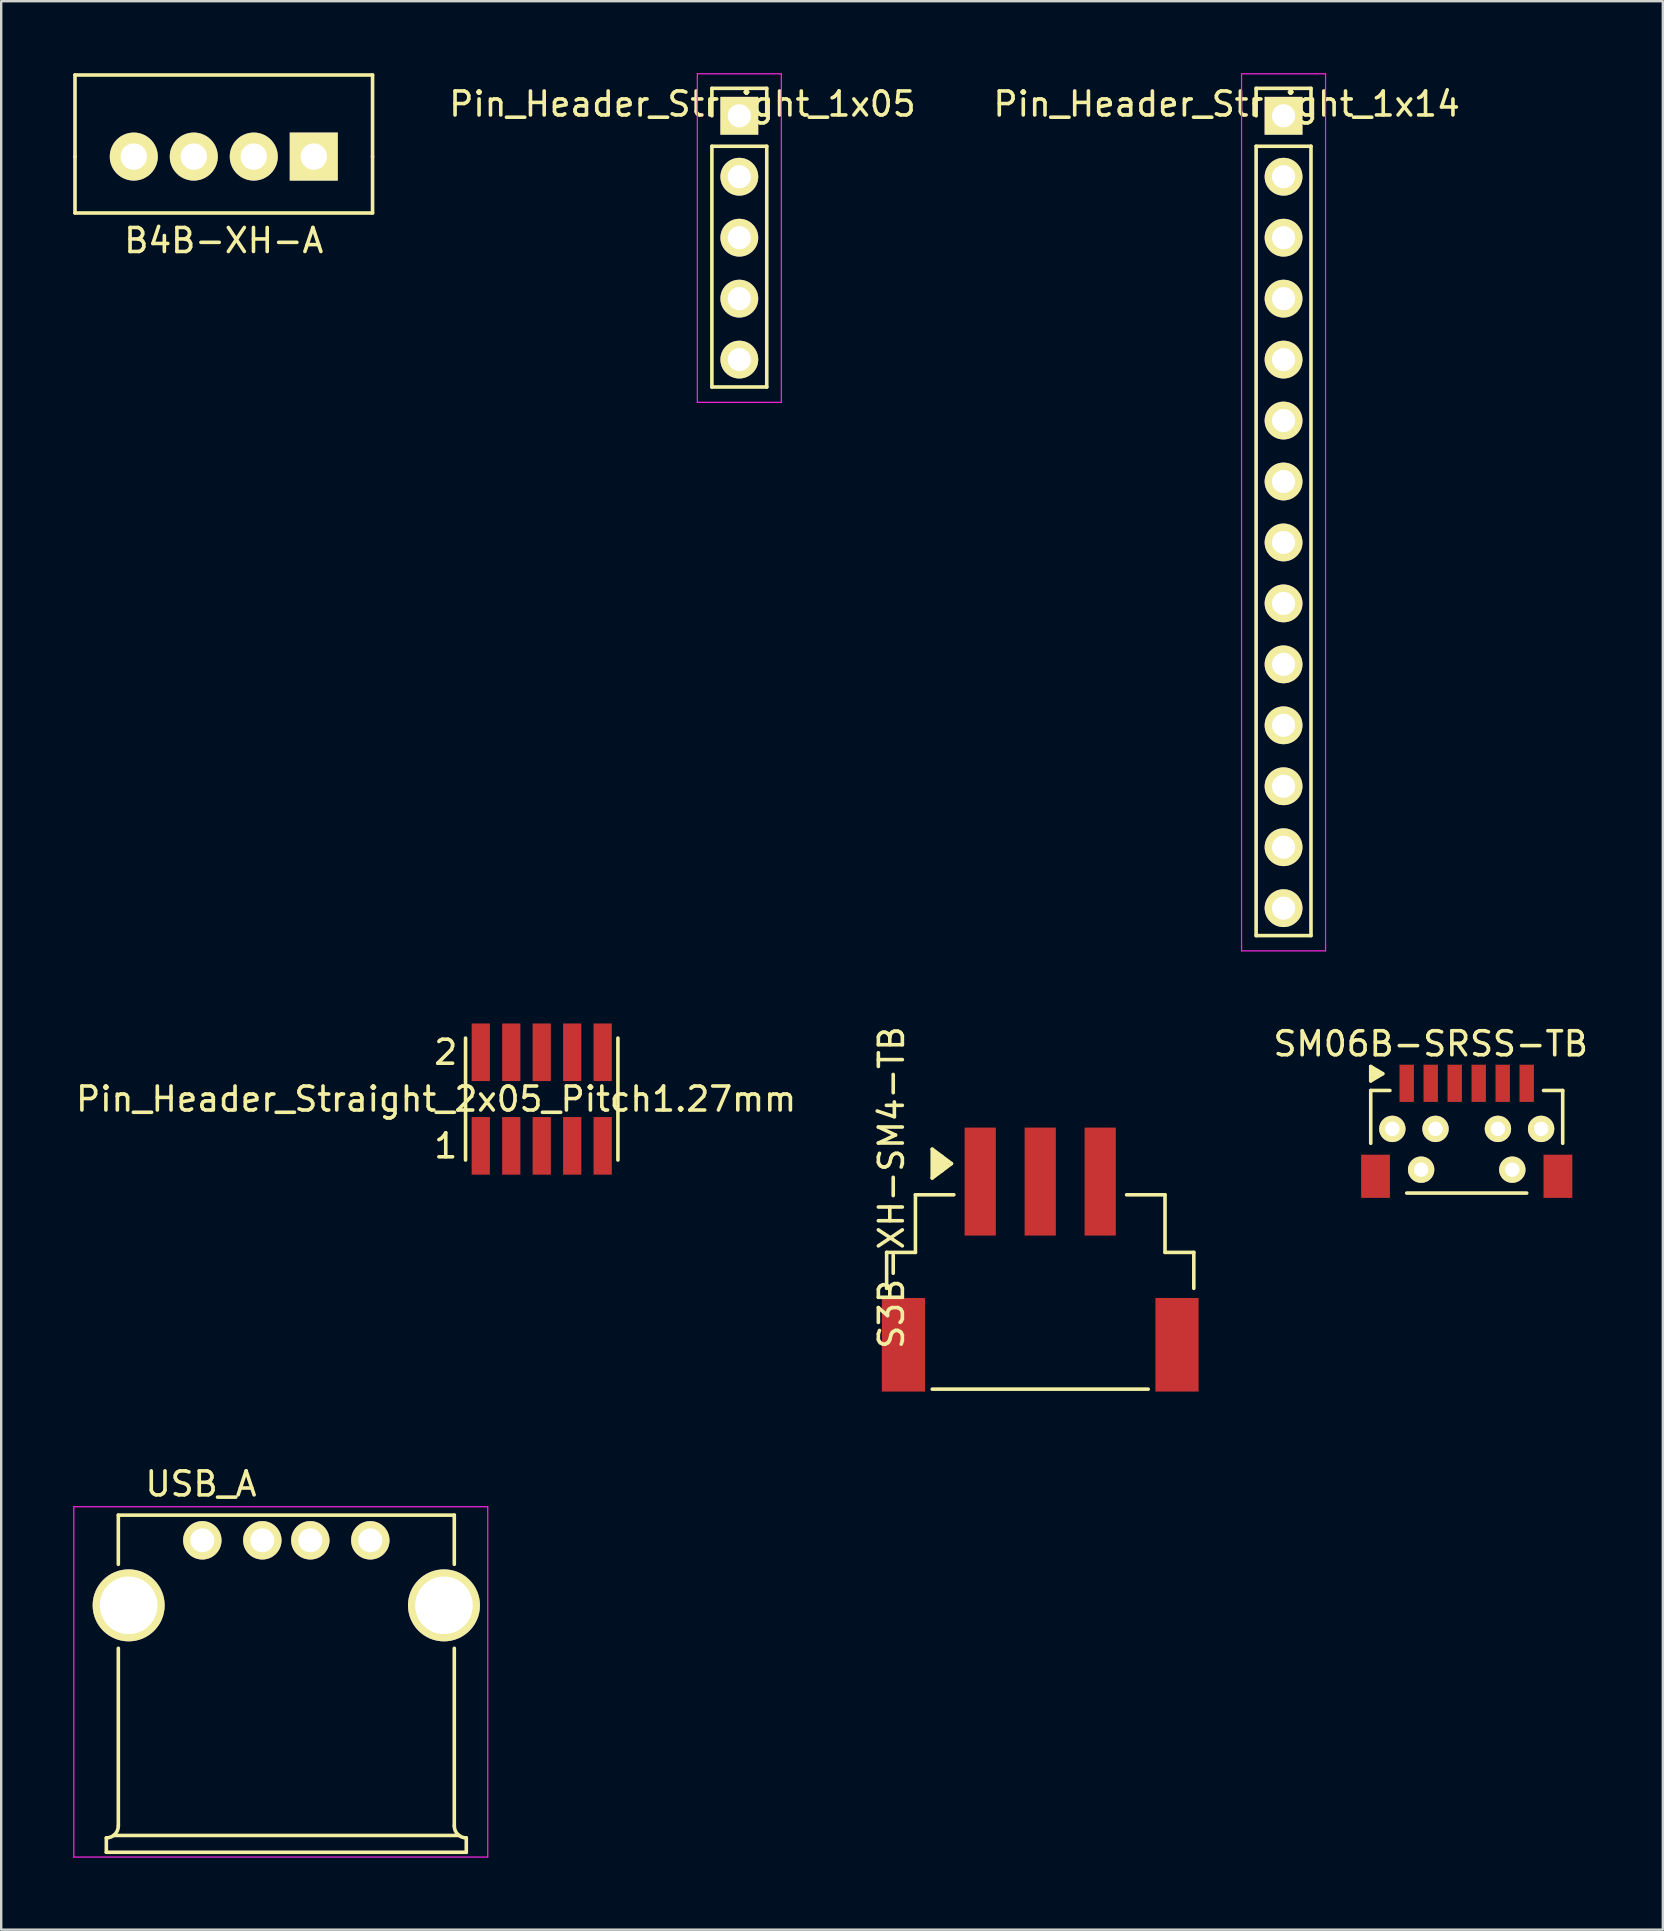
<source format=kicad_pcb>
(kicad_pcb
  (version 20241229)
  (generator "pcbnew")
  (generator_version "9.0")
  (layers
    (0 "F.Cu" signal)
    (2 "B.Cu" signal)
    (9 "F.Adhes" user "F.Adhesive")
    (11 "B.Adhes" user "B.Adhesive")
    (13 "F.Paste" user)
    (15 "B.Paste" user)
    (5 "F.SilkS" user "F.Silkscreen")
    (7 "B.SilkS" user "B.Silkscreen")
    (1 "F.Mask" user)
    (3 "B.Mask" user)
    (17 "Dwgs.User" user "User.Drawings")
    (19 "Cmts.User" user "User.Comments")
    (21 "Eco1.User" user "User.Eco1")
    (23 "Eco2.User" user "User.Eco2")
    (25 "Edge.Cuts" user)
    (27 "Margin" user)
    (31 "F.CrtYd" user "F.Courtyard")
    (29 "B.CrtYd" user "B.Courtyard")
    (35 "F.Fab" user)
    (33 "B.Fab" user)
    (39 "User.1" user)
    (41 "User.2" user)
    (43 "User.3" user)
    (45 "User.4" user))
  (footprint "USB_A"
    (layer "F.Cu")
    (at 8.881 61.138)
    (property "Reference" "USB_A" (at -3.556 -2.35 0) (layer "F.SilkS") (effects (font (size 1 1) (thickness 0.15))))
    (attr through_hole)
    (fp_line (start -7.5 12.4) (end -7.5 13) (stroke (width 0.15) (type solid)) (layer "F.SilkS"))
    (fp_line (start -7.2 12.3) (end 7.2 12.3) (stroke (width 0.15) (type solid)) (layer "F.SilkS"))
    (fp_line (start -7 -1.05) (end -7 1) (stroke (width 0.15) (type solid)) (layer "F.SilkS"))
    (fp_line (start -7 -1.05) (end 7 -1.05) (stroke (width 0.15) (type solid)) (layer "F.SilkS"))
    (fp_line (start -7 11.9) (end -7 4.5) (stroke (width 0.15) (type solid)) (layer "F.SilkS"))
    (fp_line (start 7 -1.05) (end 7 1) (stroke (width 0.15) (type solid)) (layer "F.SilkS"))
    (fp_line (start 7 4.5) (end 7 11.9) (stroke (width 0.15) (type solid)) (layer "F.SilkS"))
    (fp_line (start 7.5 12.4) (end 7.5 13) (stroke (width 0.15) (type solid)) (layer "F.SilkS"))
    (fp_line (start 7.5 13) (end -7.5 13) (stroke (width 0.15) (type solid)) (layer "F.SilkS"))
    (fp_arc (start -7 11.9) (mid -7.146447 12.253553) (end -7.5 12.4) (stroke (width 0.15) (type solid)) (layer "F.SilkS"))
    (fp_arc (start 7.5 12.4) (mid 7.146447 12.253553) (end 7 11.9) (stroke (width 0.15) (type solid)) (layer "F.SilkS"))
    (fp_line (start -8.856 -1.4) (end 8.394 -1.4) (stroke (width 0.05) (type solid)) (layer "F.CrtYd"))
    (fp_line (start -8.856 13.2) (end -8.856 -1.4) (stroke (width 0.05) (type solid)) (layer "F.CrtYd"))
    (fp_line (start -8.856 13.2) (end 8.394 13.2) (stroke (width 0.05) (type solid)) (layer "F.CrtYd"))
    (fp_line (start 8.394 -1.4) (end 8.394 13.2) (stroke (width 0.05) (type solid)) (layer "F.CrtYd"))
    (pad "1" thru_hole circle (at -3.5 0 270) (size 1.6 1.6) (drill 1) (layers "*.Cu" "*.Mask" "F.SilkS"))
    (pad "2" thru_hole circle (at -1 0 270) (size 1.6 1.6) (drill 1) (layers "*.Cu" "*.Mask" "F.SilkS"))
    (pad "3" thru_hole circle (at 1 0 270) (size 1.6 1.6) (drill 1) (layers "*.Cu" "*.Mask" "F.SilkS"))
    (pad "4" thru_hole circle (at 3.5 0 270) (size 1.6 1.6) (drill 1) (layers "*.Cu" "*.Mask" "F.SilkS"))
    (pad "5" thru_hole circle (at -6.57 2.71 270) (size 3 3) (drill 2.4) (layers "*.Cu" "*.Mask" "F.SilkS"))
    (pad "5" thru_hole circle (at 6.57 2.71 270) (size 3 3) (drill 2.4) (layers "*.Cu" "*.Mask" "F.SilkS")))
  (footprint "Pin_Header_Straight_1x14"
    (layer "F.Cu")
    (at 50.438 1.775)
    (property "Reference" "Pin_Header_Straight_1x14" (at -2.37 -0.49 0) (layer "F.SilkS") (effects (font (size 1 1) (thickness 0.15))))
    (attr through_hole)
    (fp_line (start -1.143 -1.143) (end 1.143 -1.143) (stroke (width 0.15) (type solid)) (layer "F.SilkS"))
    (fp_line (start -1.143 0) (end -1.143 -1.143) (stroke (width 0.15) (type solid)) (layer "F.SilkS"))
    (fp_line (start -1.143 1.27) (end -1.143 34.163) (stroke (width 0.15) (type solid)) (layer "F.SilkS"))
    (fp_line (start -1.143 34.163) (end 1.143 34.163) (stroke (width 0.15) (type solid)) (layer "F.SilkS"))
    (fp_line (start 1.143 -1.143) (end 1.143 0) (stroke (width 0.15) (type solid)) (layer "F.SilkS"))
    (fp_line (start 1.143 1.27) (end -1.143 1.27) (stroke (width 0.15) (type solid)) (layer "F.SilkS"))
    (fp_line (start 1.143 34.163) (end 1.143 1.27) (stroke (width 0.15) (type solid)) (layer "F.SilkS"))
    (fp_line (start -1.75 -1.75) (end -1.75 34.8) (stroke (width 0.05) (type solid)) (layer "F.CrtYd"))
    (fp_line (start -1.75 -1.75) (end 1.75 -1.75) (stroke (width 0.05) (type solid)) (layer "F.CrtYd"))
    (fp_line (start -1.75 34.8) (end 1.75 34.8) (stroke (width 0.05) (type solid)) (layer "F.CrtYd"))
    (fp_line (start 1.75 -1.75) (end 1.75 34.8) (stroke (width 0.05) (type solid)) (layer "F.CrtYd"))
    (pad "1" thru_hole rect (at 0 0) (size 1.575 1.575) (drill 0.965) (layers "*.Cu" "*.Mask" "F.SilkS"))
    (pad "2" thru_hole circle (at 0 2.54) (size 1.575 1.575) (drill 0.965) (layers "*.Cu" "*.Mask" "F.SilkS"))
    (pad "3" thru_hole circle (at 0 5.08) (size 1.575 1.575) (drill 0.965) (layers "*.Cu" "*.Mask" "F.SilkS"))
    (pad "4" thru_hole circle (at 0 7.62) (size 1.575 1.575) (drill 0.965) (layers "*.Cu" "*.Mask" "F.SilkS"))
    (pad "5" thru_hole circle (at 0 10.16) (size 1.575 1.575) (drill 0.965) (layers "*.Cu" "*.Mask" "F.SilkS"))
    (pad "6" thru_hole circle (at 0 12.7) (size 1.575 1.575) (drill 0.965) (layers "*.Cu" "*.Mask" "F.SilkS"))
    (pad "7" thru_hole circle (at 0 15.24) (size 1.575 1.575) (drill 0.965) (layers "*.Cu" "*.Mask" "F.SilkS"))
    (pad "8" thru_hole circle (at 0 17.78) (size 1.575 1.575) (drill 0.965) (layers "*.Cu" "*.Mask" "F.SilkS"))
    (pad "9" thru_hole circle (at 0 20.32) (size 1.575 1.575) (drill 0.965) (layers "*.Cu" "*.Mask" "F.SilkS"))
    (pad "10" thru_hole circle (at 0 22.86) (size 1.575 1.575) (drill 0.965) (layers "*.Cu" "*.Mask" "F.SilkS"))
    (pad "11" thru_hole circle (at 0 25.4) (size 1.575 1.575) (drill 0.965) (layers "*.Cu" "*.Mask" "F.SilkS"))
    (pad "12" thru_hole circle (at 0 27.94) (size 1.575 1.575) (drill 0.965) (layers "*.Cu" "*.Mask" "F.SilkS"))
    (pad "13" thru_hole circle (at 0 30.48) (size 1.575 1.575) (drill 0.965) (layers "*.Cu" "*.Mask" "F.SilkS"))
    (pad "14" thru_hole circle (at 0 33.02) (size 1.575 1.575) (drill 0.965) (layers "*.Cu" "*.Mask" "F.SilkS")))
  (footprint "Pin_Header_Straight_1x05"
    (layer "F.Cu")
    (at 27.759 1.775)
    (property "Reference" "Pin_Header_Straight_1x05" (at -2.37 -0.49 0) (layer "F.SilkS") (effects (font (size 1 1) (thickness 0.15))))
    (attr through_hole)
    (fp_line (start -1.143 -1.143) (end 1.143 -1.143) (stroke (width 0.15) (type solid)) (layer "F.SilkS"))
    (fp_line (start -1.143 0) (end -1.143 -1.143) (stroke (width 0.15) (type solid)) (layer "F.SilkS"))
    (fp_line (start -1.143 1.27) (end -1.143 11.303) (stroke (width 0.15) (type solid)) (layer "F.SilkS"))
    (fp_line (start -1.143 11.303) (end 1.143 11.303) (stroke (width 0.15) (type solid)) (layer "F.SilkS"))
    (fp_line (start 1.143 -1.143) (end 1.143 0) (stroke (width 0.15) (type solid)) (layer "F.SilkS"))
    (fp_line (start 1.143 1.27) (end -1.143 1.27) (stroke (width 0.15) (type solid)) (layer "F.SilkS"))
    (fp_line (start 1.143 11.303) (end 1.143 1.27) (stroke (width 0.15) (type solid)) (layer "F.SilkS"))
    (fp_line (start -1.75 -1.75) (end -1.75 11.94) (stroke (width 0.05) (type solid)) (layer "F.CrtYd"))
    (fp_line (start -1.75 -1.75) (end 1.75 -1.75) (stroke (width 0.05) (type solid)) (layer "F.CrtYd"))
    (fp_line (start -1.75 11.94) (end 1.75 11.94) (stroke (width 0.05) (type solid)) (layer "F.CrtYd"))
    (fp_line (start 1.75 -1.75) (end 1.75 11.94) (stroke (width 0.05) (type solid)) (layer "F.CrtYd"))
    (pad "1" thru_hole rect (at 0 0) (size 1.575 1.575) (drill 0.965) (layers "*.Cu" "*.Mask" "F.SilkS"))
    (pad "2" thru_hole circle (at 0 2.54) (size 1.575 1.575) (drill 0.965) (layers "*.Cu" "*.Mask" "F.SilkS"))
    (pad "3" thru_hole circle (at 0 5.08) (size 1.575 1.575) (drill 0.965) (layers "*.Cu" "*.Mask" "F.SilkS"))
    (pad "4" thru_hole circle (at 0 7.62) (size 1.575 1.575) (drill 0.965) (layers "*.Cu" "*.Mask" "F.SilkS"))
    (pad "5" thru_hole circle (at 0 10.16) (size 1.575 1.575) (drill 0.965) (layers "*.Cu" "*.Mask" "F.SilkS")))
  (footprint "B4B-XH-A"
    (layer "F.Cu")
    (at 6.275 3.475)
    (property "Reference" "B4B-XH-A" (at 0 3.5 0) (layer "F.SilkS") (effects (font (size 1 1) (thickness 0.15))))
    (attr through_hole)
    (fp_line (start -6.2 -3.4) (end 6.2 -3.4) (stroke (width 0.15) (type solid)) (layer "F.SilkS"))
    (fp_line (start -6.2 0) (end -6.2 -3.4) (stroke (width 0.15) (type solid)) (layer "F.SilkS"))
    (fp_line (start -6.2 0) (end -6.2 2.35) (stroke (width 0.15) (type solid)) (layer "F.SilkS"))
    (fp_line (start -6.2 2.35) (end 6.2 2.35) (stroke (width 0.15) (type solid)) (layer "F.SilkS"))
    (fp_line (start 6.2 -3.4) (end 6.2 0) (stroke (width 0.15) (type solid)) (layer "F.SilkS"))
    (fp_line (start 6.2 0) (end 6.2 2.35) (stroke (width 0.15) (type solid)) (layer "F.SilkS"))
    (pad "1" thru_hole rect (at 3.75 0) (size 2 2) (drill 1.1) (layers "*.Cu" "*.Mask" "F.SilkS"))
    (pad "2" thru_hole circle (at 1.25 0) (size 2 2) (drill 1.1) (layers "*.Cu" "*.Mask" "F.SilkS"))
    (pad "3" thru_hole circle (at -1.25 0) (size 2 2) (drill 1.1) (layers "*.Cu" "*.Mask" "F.SilkS"))
    (pad "4" thru_hole circle (at -3.75 0) (size 2 2) (drill 1.1) (layers "*.Cu" "*.Mask" "F.SilkS")))
  (footprint "SM06B-SRSS-TB"
    (layer "F.Cu")
    (at 55.571 42.093)
    (property "Reference" "SM06B-SRSS-TB" (at 1 -1.645 180) (layer "F.SilkS") (effects (font (size 1 1) (thickness 0.15))))
    (attr through_hole)
    (fp_line (start -1.5 -0.7) (end -1.5 -0.1) (stroke (width 0.15) (type solid)) (layer "F.SilkS"))
    (fp_line (start -1.5 -0.7) (end -1 -0.4) (stroke (width 0.15) (type solid)) (layer "F.SilkS"))
    (fp_line (start -1.5 0.3) (end -0.7 0.3) (stroke (width 0.15) (type solid)) (layer "F.SilkS"))
    (fp_line (start -1.5 2.5) (end -1.5 0.3) (stroke (width 0.15) (type solid)) (layer "F.SilkS"))
    (fp_line (start -1.4 -0.6) (end -1.4 -0.3) (stroke (width 0.15) (type solid)) (layer "F.SilkS"))
    (fp_line (start -1.3 -0.5) (end -1.3 -0.3) (stroke (width 0.15) (type solid)) (layer "F.SilkS"))
    (fp_line (start -1.2 -0.5) (end -1.2 -0.3) (stroke (width 0.15) (type solid)) (layer "F.SilkS"))
    (fp_line (start -1 -0.4) (end -1.5 -0.1) (stroke (width 0.15) (type solid)) (layer "F.SilkS"))
    (fp_line (start 0 4.575) (end 5 4.575) (stroke (width 0.15) (type solid)) (layer "F.SilkS"))
    (fp_line (start 5.7 0.3) (end 6.5 0.3) (stroke (width 0.15) (type solid)) (layer "F.SilkS"))
    (fp_line (start 6.5 2.5) (end 6.5 0.3) (stroke (width 0.15) (type solid)) (layer "F.SilkS"))
    (pad "" smd rect (at -1.3 3.875) (size 1.2 1.8) (layers "F.Cu" "F.Mask" "F.Paste"))
    (pad "" smd rect (at 6.3 3.875) (size 1.2 1.8) (layers "F.Cu" "F.Mask" "F.Paste"))
    (pad "1" thru_hole circle (at -0.6 1.9) (size 1.1 1.1) (drill 0.6) (layers "*.Cu" "*.Mask" "F.SilkS"))
    (pad "1" smd rect (at 0 0) (size 0.6 1.55) (layers "F.Cu" "F.Mask" "F.Paste"))
    (pad "2" smd rect (at 1 0) (size 0.6 1.55) (layers "F.Cu" "F.Mask" "F.Paste"))
    (pad "2" thru_hole circle (at 1.2 1.9) (size 1.1 1.1) (drill 0.6) (layers "*.Cu" "*.Mask" "F.SilkS"))
    (pad "3" thru_hole circle (at 0.6 3.6) (size 1.1 1.1) (drill 0.6) (layers "*.Cu" "*.Mask" "F.SilkS"))
    (pad "3" smd rect (at 2 0) (size 0.6 1.55) (layers "F.Cu" "F.Mask" "F.Paste"))
    (pad "4" smd rect (at 3 0) (size 0.6 1.55) (layers "F.Cu" "F.Mask" "F.Paste"))
    (pad "4" thru_hole circle (at 4.4 3.6) (size 1.1 1.1) (drill 0.6) (layers "*.Cu" "*.Mask" "F.SilkS"))
    (pad "5" thru_hole circle (at 3.8 1.9) (size 1.1 1.1) (drill 0.6) (layers "*.Cu" "*.Mask" "F.SilkS"))
    (pad "5" smd rect (at 4 0) (size 0.6 1.55) (layers "F.Cu" "F.Mask" "F.Paste"))
    (pad "6" smd rect (at 5 0) (size 0.6 1.55) (layers "F.Cu" "F.Mask" "F.Paste"))
    (pad "6" thru_hole circle (at 5.6 1.9) (size 1.1 1.1) (drill 0.6) (layers "*.Cu" "*.Mask" "F.SilkS")))
  (footprint "S3B-XH-SM4-TB"
    (layer "F.Cu")
    (at 40.298 48.439)
    (property "Reference" "S3B-XH-SM4-TB" (at -6.2 -2 90) (layer "F.SilkS") (effects (font (size 1 1) (thickness 0.15))))
    (attr smd)
    (fp_line (start -6.4 2.2) (end -6.4 0.7) (stroke (width 0.15) (type solid)) (layer "F.SilkS"))
    (fp_line (start -5.2 -1.7) (end -5.2 0.7) (stroke (width 0.15) (type solid)) (layer "F.SilkS"))
    (fp_line (start -5.2 -1.7) (end -3.6 -1.7) (stroke (width 0.15) (type solid)) (layer "F.SilkS"))
    (fp_line (start -5.2 0.7) (end -6.4 0.7) (stroke (width 0.15) (type solid)) (layer "F.SilkS"))
    (fp_line (start -4.5 -3.6) (end -4.5 -2.4) (stroke (width 0.15) (type solid)) (layer "F.SilkS"))
    (fp_line (start -4.5 -2.4) (end -3.7 -3) (stroke (width 0.15) (type solid)) (layer "F.SilkS"))
    (fp_line (start -4.5 6.4) (end 4.5 6.4) (stroke (width 0.15) (type solid)) (layer "F.SilkS"))
    (fp_line (start -4.4 -3.5) (end -4.4 -2.5) (stroke (width 0.15) (type solid)) (layer "F.SilkS"))
    (fp_line (start -4.3 -3.4) (end -4.3 -2.6) (stroke (width 0.15) (type solid)) (layer "F.SilkS"))
    (fp_line (start -4.2 -3.3) (end -4.2 -2.7) (stroke (width 0.15) (type solid)) (layer "F.SilkS"))
    (fp_line (start -4.1 -3.3) (end -4.1 -2.7) (stroke (width 0.15) (type solid)) (layer "F.SilkS"))
    (fp_line (start -4 -3.2) (end -4 -2.8) (stroke (width 0.15) (type solid)) (layer "F.SilkS"))
    (fp_line (start -3.9 -3.1) (end -3.9 -2.9) (stroke (width 0.15) (type solid)) (layer "F.SilkS"))
    (fp_line (start -3.7 -3) (end -4.5 -3.6) (stroke (width 0.15) (type solid)) (layer "F.SilkS"))
    (fp_line (start 3.6 -1.7) (end 5.2 -1.7) (stroke (width 0.15) (type solid)) (layer "F.SilkS"))
    (fp_line (start 5.2 -1.7) (end 5.2 0.7) (stroke (width 0.15) (type solid)) (layer "F.SilkS"))
    (fp_line (start 6.4 0.7) (end 5.2 0.7) (stroke (width 0.15) (type solid)) (layer "F.SilkS"))
    (fp_line (start 6.4 2.2) (end 6.4 0.7) (stroke (width 0.15) (type solid)) (layer "F.SilkS"))
    (pad "" smd rect (at -5.7 4.55) (size 1.8 3.9) (layers "F.Cu" "F.Mask" "F.Paste"))
    (pad "" smd rect (at 5.7 4.55) (size 1.8 3.9) (layers "F.Cu" "F.Mask" "F.Paste"))
    (pad "1" smd rect (at -2.5 -2.25) (size 1.3 4.5) (layers "F.Cu" "F.Mask" "F.Paste"))
    (pad "2" smd rect (at 0 -2.25) (size 1.3 4.5) (layers "F.Cu" "F.Mask" "F.Paste"))
    (pad "3" smd rect (at 2.5 -2.25) (size 1.3 4.5) (layers "F.Cu" "F.Mask" "F.Paste")))
  (footprint "Pin_Header_Straight_2x05_Pitch1.27mm"
    (layer "F.Cu")
    (at 19.525 42.75)
    (property "Reference" "Pin_Header_Straight_2x05_Pitch1.27mm" (at -4.4 0 0) (layer "F.SilkS") (effects (font (size 1 1) (thickness 0.15))))
    (attr through_hole)
    (fp_line (start -3.175 -2.54) (end -3.175 2.54) (stroke (width 0.15) (type solid)) (layer "F.SilkS"))
    (fp_line (start 3.175 -2.54) (end 3.175 2.54) (stroke (width 0.15) (type solid)) (layer "F.SilkS"))
    (fp_text user "1" (at -4 1.95 0) (layer "F.SilkS") (effects (font (size 1 1) (thickness 0.15))))
    (fp_text user "2" (at -4 -1.95 0) (layer "F.SilkS") (effects (font (size 1 1) (thickness 0.15))))
    (pad "1" smd rect (at -2.54 1.95) (size 0.76 2.4) (layers "F.Cu" "F.Mask" "F.Paste"))
    (pad "2" smd rect (at -2.54 -1.95) (size 0.76 2.4) (layers "F.Cu" "F.Mask" "F.Paste"))
    (pad "3" smd rect (at -1.27 1.95) (size 0.76 2.4) (layers "F.Cu" "F.Mask" "F.Paste"))
    (pad "4" smd rect (at -1.27 -1.95) (size 0.76 2.4) (layers "F.Cu" "F.Mask" "F.Paste"))
    (pad "5" smd rect (at 0 1.95) (size 0.76 2.4) (layers "F.Cu" "F.Mask" "F.Paste"))
    (pad "6" smd rect (at 0 -1.95) (size 0.76 2.4) (layers "F.Cu" "F.Mask" "F.Paste"))
    (pad "7" smd rect (at 1.27 1.95) (size 0.76 2.4) (layers "F.Cu" "F.Mask" "F.Paste"))
    (pad "8" smd rect (at 1.27 -1.95) (size 0.76 2.4) (layers "F.Cu" "F.Mask" "F.Paste"))
    (pad "9" smd rect (at 2.54 1.95) (size 0.76 2.4) (layers "F.Cu" "F.Mask" "F.Paste"))
    (pad "10" smd rect (at 2.54 -1.95) (size 0.76 2.4) (layers "F.Cu" "F.Mask" "F.Paste")))
  (gr_rect
    (start -3 -3)
    (end 66.243 77.363)
    (stroke (width 0.1) (type default))
    (fill no)
    (layer "Edge.Cuts")))
</source>
